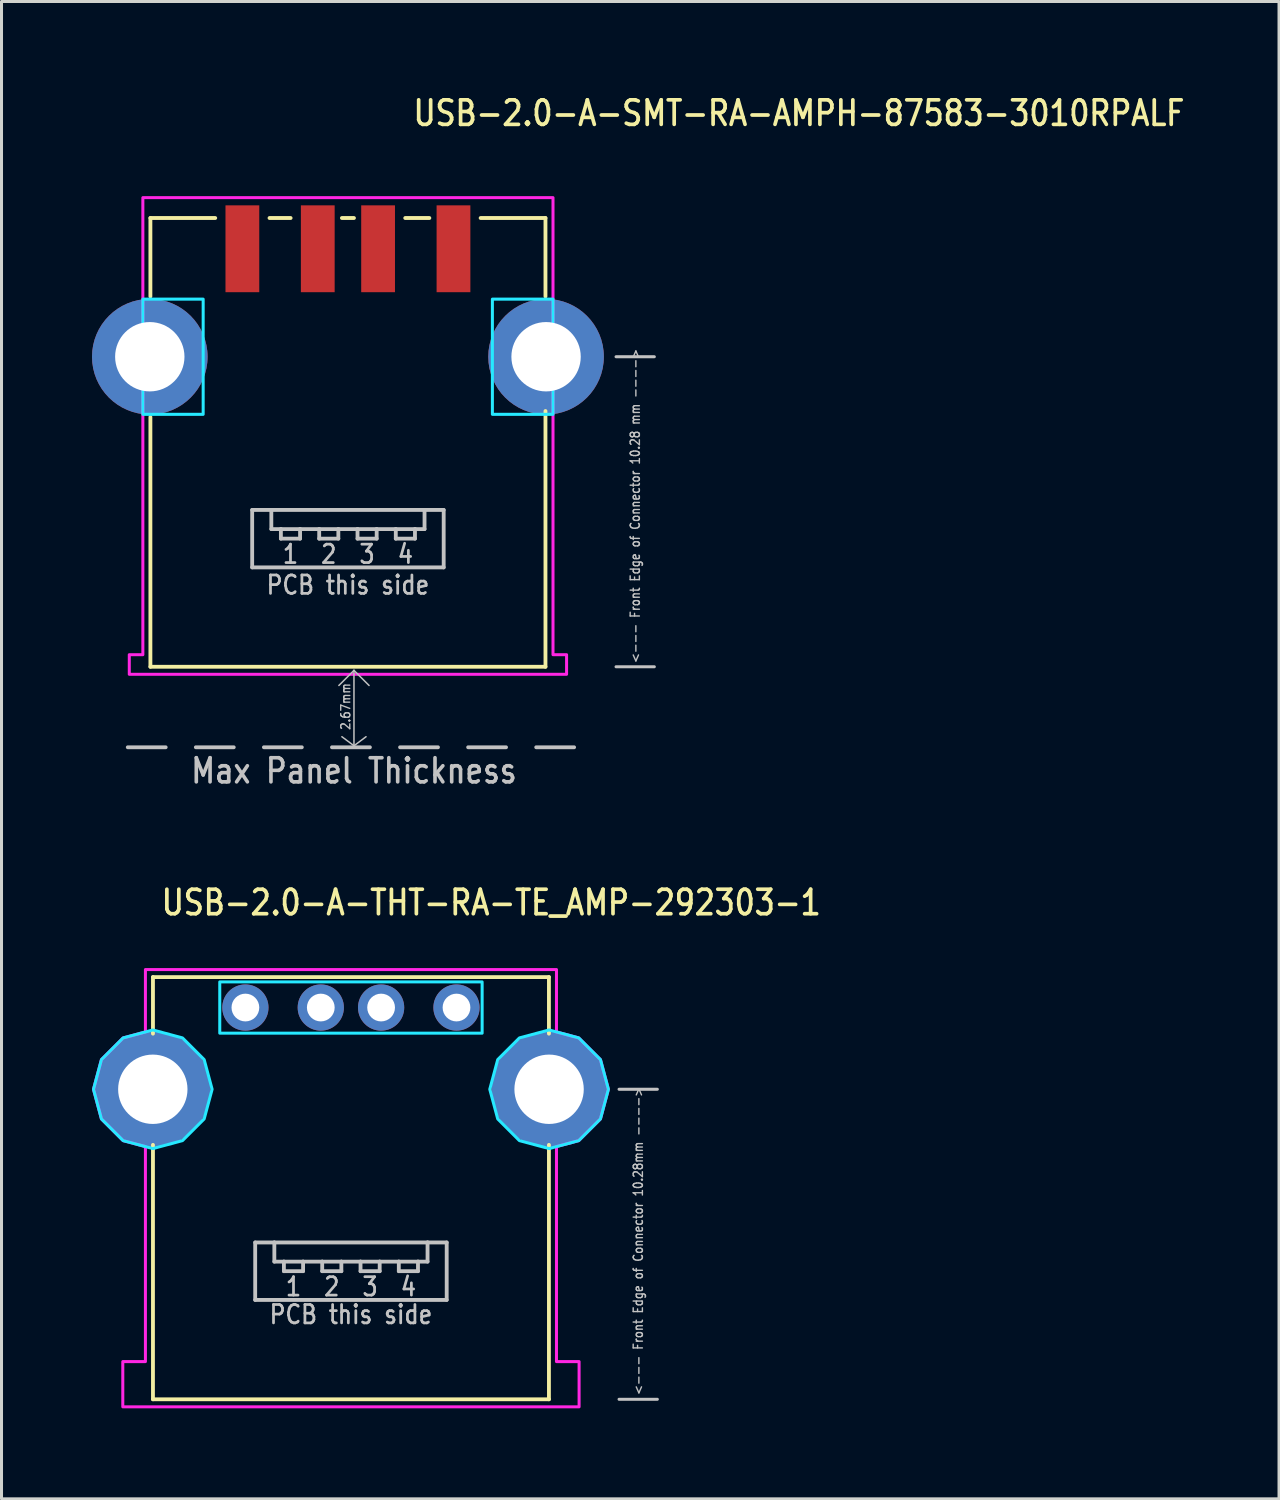
<source format=kicad_pcb>
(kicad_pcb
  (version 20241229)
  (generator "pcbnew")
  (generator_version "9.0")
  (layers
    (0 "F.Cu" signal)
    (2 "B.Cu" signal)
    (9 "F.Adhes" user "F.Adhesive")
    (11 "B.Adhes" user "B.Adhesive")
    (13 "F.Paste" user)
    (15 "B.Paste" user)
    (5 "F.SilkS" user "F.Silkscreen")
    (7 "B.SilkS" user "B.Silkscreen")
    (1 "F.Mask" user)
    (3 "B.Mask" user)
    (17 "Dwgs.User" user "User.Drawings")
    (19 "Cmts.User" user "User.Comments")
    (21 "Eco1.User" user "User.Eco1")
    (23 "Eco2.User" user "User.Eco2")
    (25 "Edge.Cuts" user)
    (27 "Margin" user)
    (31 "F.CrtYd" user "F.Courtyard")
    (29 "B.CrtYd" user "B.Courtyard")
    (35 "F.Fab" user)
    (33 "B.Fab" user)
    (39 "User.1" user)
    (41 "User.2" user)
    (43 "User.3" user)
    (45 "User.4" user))
  (footprint "USB-2.0-A-THT-RA-TE_AMP-292303-1"
    (layer "F.Cu")
    (at 8.587 33.069)
    (property "Reference" "USB-2.0-A-THT-RA-TE_AMP-292303-1" (at -6.35 -5.715 0) (unlocked yes) (layer "F.SilkS") (effects (font (size 0.813 0.695) (thickness 0.122)) (justify left bottom)))
    (fp_line (start -6.565 -3.72) (end 6.565 -3.72) (stroke (width 0.127) (type solid)) (layer "F.SilkS"))
    (fp_line (start -6.565 -1.844) (end -6.565 -3.72) (stroke (width 0.127) (type solid)) (layer "F.SilkS"))
    (fp_line (start -6.565 1.844) (end -6.565 10.28) (stroke (width 0.127) (type solid)) (layer "F.SilkS"))
    (fp_line (start -6.565 10.28) (end 6.565 10.28) (stroke (width 0.127) (type solid)) (layer "F.SilkS"))
    (fp_line (start 6.565 -3.72) (end 6.565 -1.844) (stroke (width 0.127) (type solid)) (layer "F.SilkS"))
    (fp_line (start 6.565 1.844) (end 6.565 10.28) (stroke (width 0.127) (type solid)) (layer "F.SilkS"))
    (fp_line (start -3.175 5.08) (end -2.54 5.08) (stroke (width 0.127) (type solid)) (layer "Dwgs.User"))
    (fp_line (start -3.175 6.985) (end -3.175 5.08) (stroke (width 0.127) (type solid)) (layer "Dwgs.User"))
    (fp_line (start -2.54 5.08) (end -2.54 5.715) (stroke (width 0.127) (type solid)) (layer "Dwgs.User"))
    (fp_line (start -2.54 5.08) (end 2.54 5.08) (stroke (width 0.127) (type solid)) (layer "Dwgs.User"))
    (fp_line (start -2.54 5.715) (end -2.223 5.715) (stroke (width 0.127) (type solid)) (layer "Dwgs.User"))
    (fp_line (start -2.223 5.715) (end -2.223 6.032) (stroke (width 0.127) (type solid)) (layer "Dwgs.User"))
    (fp_line (start -2.223 5.715) (end -1.587 5.715) (stroke (width 0.127) (type solid)) (layer "Dwgs.User"))
    (fp_line (start -2.223 6.032) (end -1.587 6.032) (stroke (width 0.127) (type solid)) (layer "Dwgs.User"))
    (fp_line (start -1.587 5.715) (end -0.953 5.715) (stroke (width 0.127) (type solid)) (layer "Dwgs.User"))
    (fp_line (start -1.587 6.032) (end -1.587 5.715) (stroke (width 0.127) (type solid)) (layer "Dwgs.User"))
    (fp_line (start -0.953 5.715) (end -0.953 6.032) (stroke (width 0.127) (type solid)) (layer "Dwgs.User"))
    (fp_line (start -0.953 5.715) (end -0.318 5.715) (stroke (width 0.127) (type solid)) (layer "Dwgs.User"))
    (fp_line (start -0.953 6.032) (end -0.318 6.032) (stroke (width 0.127) (type solid)) (layer "Dwgs.User"))
    (fp_line (start -0.318 5.715) (end 0.318 5.715) (stroke (width 0.127) (type solid)) (layer "Dwgs.User"))
    (fp_line (start -0.318 6.032) (end -0.318 5.715) (stroke (width 0.127) (type solid)) (layer "Dwgs.User"))
    (fp_line (start 0.318 5.715) (end 0.318 6.032) (stroke (width 0.127) (type solid)) (layer "Dwgs.User"))
    (fp_line (start 0.318 5.715) (end 0.953 5.715) (stroke (width 0.127) (type solid)) (layer "Dwgs.User"))
    (fp_line (start 0.318 6.032) (end 0.953 6.032) (stroke (width 0.127) (type solid)) (layer "Dwgs.User"))
    (fp_line (start 0.953 5.715) (end 1.587 5.715) (stroke (width 0.127) (type solid)) (layer "Dwgs.User"))
    (fp_line (start 0.953 6.032) (end 0.953 5.715) (stroke (width 0.127) (type solid)) (layer "Dwgs.User"))
    (fp_line (start 1.587 5.715) (end 1.587 6.032) (stroke (width 0.127) (type solid)) (layer "Dwgs.User"))
    (fp_line (start 1.587 5.715) (end 2.223 5.715) (stroke (width 0.127) (type solid)) (layer "Dwgs.User"))
    (fp_line (start 1.587 6.032) (end 2.223 6.032) (stroke (width 0.127) (type solid)) (layer "Dwgs.User"))
    (fp_line (start 2.223 5.715) (end 2.54 5.715) (stroke (width 0.127) (type solid)) (layer "Dwgs.User"))
    (fp_line (start 2.223 6.032) (end 2.223 5.715) (stroke (width 0.127) (type solid)) (layer "Dwgs.User"))
    (fp_line (start 2.54 5.08) (end 3.175 5.08) (stroke (width 0.127) (type solid)) (layer "Dwgs.User"))
    (fp_line (start 2.54 5.715) (end 2.54 5.08) (stroke (width 0.127) (type solid)) (layer "Dwgs.User"))
    (fp_line (start 3.175 5.08) (end 3.175 6.985) (stroke (width 0.127) (type solid)) (layer "Dwgs.User"))
    (fp_line (start 3.175 6.985) (end -3.175 6.985) (stroke (width 0.127) (type solid)) (layer "Dwgs.User"))
    (fp_line (start 8.89 0) (end 10.16 0) (stroke (width 0.1) (type solid)) (layer "Dwgs.User"))
    (fp_line (start 8.89 10.28) (end 10.16 10.28) (stroke (width 0.1) (type solid)) (layer "Dwgs.User"))
    (fp_poly (pts (xy -4.35 -1.86) (xy -4.35 -3.56) (xy 4.35 -3.56) (xy 4.35 -1.86)) (stroke (width 0.1) (type solid)) (fill no) (layer "B.CrtYd"))
    (fp_poly (pts (xy -4.603 0) (xy -4.867 -0.984) (xy -5.586 -1.703) (xy -6.57 -1.967) (xy -7.554 -1.703) (xy -8.273 -0.984) (xy -8.537 0) (xy -8.273 0.984) (xy -7.554 1.703) (xy -6.57 1.967) (xy -5.586 1.703) (xy -4.867 0.984)) (stroke (width 0.1) (type solid)) (fill no) (layer "B.CrtYd"))
    (fp_poly (pts (xy 8.537 0) (xy 8.273 -0.984) (xy 7.554 -1.703) (xy 6.57 -1.967) (xy 5.586 -1.703) (xy 4.867 -0.984) (xy 4.603 0) (xy 4.867 0.984) (xy 5.586 1.703) (xy 6.57 1.967) (xy 7.554 1.703) (xy 8.273 0.984)) (stroke (width 0.1) (type solid)) (fill no) (layer "B.CrtYd"))
    (fp_poly (pts (xy -6.815 -1.901) (xy -6.815 -3.97) (xy 6.815 -3.97) (xy 6.815 -1.901) (xy 7.554 -1.703) (xy 8.273 -0.984) (xy 8.537 0) (xy 8.273 0.984) (xy 7.554 1.703) (xy 6.815 1.901) (xy 6.815 9.03) (xy 7.565 9.03) (xy 7.565 10.53) (xy -7.565 10.53) (xy -7.565 9.03) (xy -6.815 9.03) (xy -6.815 1.901) (xy -7.554 1.703) (xy -8.273 0.984) (xy -8.537 0) (xy -8.273 -0.984) (xy -7.554 -1.703)) (stroke (width 0.1) (type solid)) (fill no) (layer "F.CrtYd"))
    (fp_text user "3" (at 0.635 6.191 0) (unlocked yes) (layer "Dwgs.User") (effects (font (size 0.61 0.521) (thickness 0.091)) (justify top)))
    (fp_text user "2" (at -0.635 6.191 0) (unlocked yes) (layer "Dwgs.User") (effects (font (size 0.61 0.521) (thickness 0.091)) (justify top)))
    (fp_text user "<--- Front Edge of Connector 10.28mm ---->" (at 9.525 10.16 90) (unlocked yes) (layer "Dwgs.User") (effects (font (size 0.305 0.261) (thickness 0.046)) (justify left)))
    (fp_text user "4" (at 1.905 6.191 0) (unlocked yes) (layer "Dwgs.User") (effects (font (size 0.61 0.521) (thickness 0.091)) (justify top)))
    (fp_text user "PCB this side" (at 0 7.112 0) (unlocked yes) (layer "Dwgs.User") (effects (font (size 0.61 0.521) (thickness 0.091)) (justify top)))
    (fp_text user "1" (at -1.905 6.191 0) (unlocked yes) (layer "Dwgs.User") (effects (font (size 0.61 0.521) (thickness 0.091)) (justify top)))
    (pad "P$1" thru_hole oval (at -3.5 -2.71) (size 1.533 1.533) (drill 0.92) (layers "*.Cu" "*.Mask"))
    (pad "P$2" thru_hole oval (at -1 -2.71) (size 1.533 1.533) (drill 0.92) (layers "*.Cu" "*.Mask"))
    (pad "P$3" thru_hole oval (at 1 -2.71) (size 1.533 1.533) (drill 0.92) (layers "*.Cu" "*.Mask"))
    (pad "P$4" thru_hole oval (at 3.5 -2.71) (size 1.533 1.533) (drill 0.92) (layers "*.Cu" "*.Mask"))
    (pad "S$1" thru_hole oval (at -6.57 0) (size 3.833 3.833) (drill 2.3) (layers "*.Cu" "*.Mask"))
    (pad "S$2" thru_hole oval (at 6.57 0) (size 3.833 3.833) (drill 2.3) (layers "*.Cu" "*.Mask")))
  (footprint "USB-2.0-A-SMT-RA-AMPH-87583-3010RPALF"
    (layer "F.Cu")
    (at 8.487 8.779)
    (property "Reference" "USB-2.0-A-SMT-RA-AMPH-87583-3010RPALF" (at 2.1 -7.6 0) (unlocked yes) (layer "F.SilkS") (effects (font (size 0.813 0.695) (thickness 0.122)) (justify left bottom)))
    (fp_line (start -6.55 -4.6) (end -4.4 -4.6) (stroke (width 0.127) (type solid)) (layer "F.SilkS"))
    (fp_line (start -6.55 -2) (end -6.55 -4.6) (stroke (width 0.127) (type solid)) (layer "F.SilkS"))
    (fp_line (start -6.55 10.28) (end -6.55 2) (stroke (width 0.127) (type solid)) (layer "F.SilkS"))
    (fp_line (start -6.55 10.28) (end 6.55 10.28) (stroke (width 0.127) (type solid)) (layer "F.SilkS"))
    (fp_line (start -2.6 -4.6) (end -1.9 -4.6) (stroke (width 0.127) (type solid)) (layer "F.SilkS"))
    (fp_line (start -0.2 -4.6) (end 0.2 -4.6) (stroke (width 0.127) (type solid)) (layer "F.SilkS"))
    (fp_line (start 1.9 -4.6) (end 2.7 -4.6) (stroke (width 0.127) (type solid)) (layer "F.SilkS"))
    (fp_line (start 4.4 -4.6) (end 6.55 -4.6) (stroke (width 0.127) (type solid)) (layer "F.SilkS"))
    (fp_line (start 6.55 -2) (end 6.55 -4.6) (stroke (width 0.127) (type solid)) (layer "F.SilkS"))
    (fp_line (start 6.55 10.28) (end 6.55 1.8) (stroke (width 0.127) (type solid)) (layer "F.SilkS"))
    (fp_line (start -7.3 12.95) (end -6.043 12.95) (stroke (width 0.127) (type solid)) (layer "Dwgs.User"))
    (fp_line (start -5.043 12.95) (end -3.786 12.95) (stroke (width 0.127) (type solid)) (layer "Dwgs.User"))
    (fp_line (start -3.175 5.08) (end -2.54 5.08) (stroke (width 0.127) (type solid)) (layer "Dwgs.User"))
    (fp_line (start -3.175 6.985) (end -3.175 5.08) (stroke (width 0.127) (type solid)) (layer "Dwgs.User"))
    (fp_line (start -2.786 12.95) (end -1.529 12.95) (stroke (width 0.127) (type solid)) (layer "Dwgs.User"))
    (fp_line (start -2.54 5.08) (end -2.54 5.715) (stroke (width 0.127) (type solid)) (layer "Dwgs.User"))
    (fp_line (start -2.54 5.08) (end 2.54 5.08) (stroke (width 0.127) (type solid)) (layer "Dwgs.User"))
    (fp_line (start -2.54 5.715) (end -2.223 5.715) (stroke (width 0.127) (type solid)) (layer "Dwgs.User"))
    (fp_line (start -2.223 5.715) (end -2.223 6.032) (stroke (width 0.127) (type solid)) (layer "Dwgs.User"))
    (fp_line (start -2.223 5.715) (end -1.587 5.715) (stroke (width 0.127) (type solid)) (layer "Dwgs.User"))
    (fp_line (start -2.223 6.032) (end -1.587 6.032) (stroke (width 0.127) (type solid)) (layer "Dwgs.User"))
    (fp_line (start -1.587 5.715) (end -0.953 5.715) (stroke (width 0.127) (type solid)) (layer "Dwgs.User"))
    (fp_line (start -1.587 6.032) (end -1.587 5.715) (stroke (width 0.127) (type solid)) (layer "Dwgs.User"))
    (fp_line (start -0.953 5.715) (end -0.953 6.032) (stroke (width 0.127) (type solid)) (layer "Dwgs.User"))
    (fp_line (start -0.953 5.715) (end -0.318 5.715) (stroke (width 0.127) (type solid)) (layer "Dwgs.User"))
    (fp_line (start -0.953 6.032) (end -0.318 6.032) (stroke (width 0.127) (type solid)) (layer "Dwgs.User"))
    (fp_line (start -0.529 12.95) (end 0.729 12.95) (stroke (width 0.127) (type solid)) (layer "Dwgs.User"))
    (fp_line (start -0.318 5.715) (end 0.318 5.715) (stroke (width 0.127) (type solid)) (layer "Dwgs.User"))
    (fp_line (start -0.318 6.032) (end -0.318 5.715) (stroke (width 0.127) (type solid)) (layer "Dwgs.User"))
    (fp_line (start 0.2 10.4) (end -0.3 10.9) (stroke (width 0.05) (type solid)) (layer "Dwgs.User"))
    (fp_line (start 0.2 10.4) (end 0.2 12.9) (stroke (width 0.05) (type solid)) (layer "Dwgs.User"))
    (fp_line (start 0.2 10.4) (end 0.7 10.9) (stroke (width 0.05) (type solid)) (layer "Dwgs.User"))
    (fp_line (start 0.2 12.9) (end -0.2 12.6) (stroke (width 0.05) (type solid)) (layer "Dwgs.User"))
    (fp_line (start 0.2 12.9) (end 0.6 12.6) (stroke (width 0.05) (type solid)) (layer "Dwgs.User"))
    (fp_line (start 0.318 5.715) (end 0.318 6.032) (stroke (width 0.127) (type solid)) (layer "Dwgs.User"))
    (fp_line (start 0.318 5.715) (end 0.953 5.715) (stroke (width 0.127) (type solid)) (layer "Dwgs.User"))
    (fp_line (start 0.318 6.032) (end 0.953 6.032) (stroke (width 0.127) (type solid)) (layer "Dwgs.User"))
    (fp_line (start 0.953 5.715) (end 1.587 5.715) (stroke (width 0.127) (type solid)) (layer "Dwgs.User"))
    (fp_line (start 0.953 6.032) (end 0.953 5.715) (stroke (width 0.127) (type solid)) (layer "Dwgs.User"))
    (fp_line (start 1.587 5.715) (end 1.587 6.032) (stroke (width 0.127) (type solid)) (layer "Dwgs.User"))
    (fp_line (start 1.587 5.715) (end 2.223 5.715) (stroke (width 0.127) (type solid)) (layer "Dwgs.User"))
    (fp_line (start 1.587 6.032) (end 2.223 6.032) (stroke (width 0.127) (type solid)) (layer "Dwgs.User"))
    (fp_line (start 1.729 12.95) (end 2.986 12.95) (stroke (width 0.127) (type solid)) (layer "Dwgs.User"))
    (fp_line (start 2.223 5.715) (end 2.54 5.715) (stroke (width 0.127) (type solid)) (layer "Dwgs.User"))
    (fp_line (start 2.223 6.032) (end 2.223 5.715) (stroke (width 0.127) (type solid)) (layer "Dwgs.User"))
    (fp_line (start 2.54 5.08) (end 3.175 5.08) (stroke (width 0.127) (type solid)) (layer "Dwgs.User"))
    (fp_line (start 2.54 5.715) (end 2.54 5.08) (stroke (width 0.127) (type solid)) (layer "Dwgs.User"))
    (fp_line (start 3.175 5.08) (end 3.175 6.985) (stroke (width 0.127) (type solid)) (layer "Dwgs.User"))
    (fp_line (start 3.175 6.985) (end -3.175 6.985) (stroke (width 0.127) (type solid)) (layer "Dwgs.User"))
    (fp_line (start 3.986 12.95) (end 5.243 12.95) (stroke (width 0.127) (type solid)) (layer "Dwgs.User"))
    (fp_line (start 6.243 12.95) (end 7.5 12.95) (stroke (width 0.127) (type solid)) (layer "Dwgs.User"))
    (fp_line (start 8.89 0) (end 10.16 0) (stroke (width 0.1) (type solid)) (layer "Dwgs.User"))
    (fp_line (start 8.89 10.28) (end 10.16 10.28) (stroke (width 0.1) (type solid)) (layer "Dwgs.User"))
    (fp_poly (pts (xy -6.8 -1.91) (xy -4.8 -1.91) (xy -4.8 1.91) (xy -6.8 1.91)) (stroke (width 0.1) (type solid)) (fill no) (layer "B.CrtYd"))
    (fp_poly (pts (xy 4.79 -1.91) (xy 6.8 -1.91) (xy 6.8 1.91) (xy 4.79 1.91)) (stroke (width 0.1) (type solid)) (fill no) (layer "B.CrtYd"))
    (fp_poly (pts (xy 7.25 10.53) (xy -7.25 10.53) (xy -7.25 9.88) (xy -6.8 9.88) (xy -6.8 1.91) (xy -6.8 -1.91) (xy -6.8 -5.275) (xy 6.8 -5.275) (xy 6.8 -1.91) (xy 6.8 1.91) (xy 6.8 9.88) (xy 7.25 9.88)) (stroke (width 0.1) (type solid)) (fill no) (layer "F.CrtYd"))
    (fp_text user "2" (at -0.635 6.191 0) (unlocked yes) (layer "Dwgs.User") (effects (font (size 0.61 0.521) (thickness 0.091)) (justify top)))
    (fp_text user "PCB this side" (at 0 7.212 0) (unlocked yes) (layer "Dwgs.User") (effects (font (size 0.61 0.521) (thickness 0.091)) (justify top)))
    (fp_text user "2.67mm" (at 0.1 12.4 90) (unlocked yes) (layer "Dwgs.User") (effects (font (size 0.3 0.257) (thickness 0.045)) (justify left bottom)))
    (fp_text user "Max Panel Thickness" (at 0.2 14.2 0) (unlocked yes) (layer "Dwgs.User") (effects (font (size 0.8 0.684) (thickness 0.12)) (justify bottom)))
    (fp_text user "1" (at -1.905 6.191 0) (unlocked yes) (layer "Dwgs.User") (effects (font (size 0.61 0.521) (thickness 0.091)) (justify top)))
    (fp_text user "4" (at 1.905 6.191 0) (unlocked yes) (layer "Dwgs.User") (effects (font (size 0.61 0.521) (thickness 0.091)) (justify top)))
    (fp_text user "<--- Front Edge of Connector 10.28 mm ---->" (at 9.525 10.18 90) (unlocked yes) (layer "Dwgs.User") (effects (font (size 0.305 0.261) (thickness 0.046)) (justify left)))
    (fp_text user "3" (at 0.635 6.191 0) (unlocked yes) (layer "Dwgs.User") (effects (font (size 0.61 0.521) (thickness 0.091)) (justify top)))
    (pad "P$1" smd rect (at -3.5 -3.58) (size 1.12 2.88) (layers "F.Cu" "F.Mask" "F.Paste"))
    (pad "P$2" smd rect (at -1 -3.58) (size 1.12 2.88) (layers "F.Cu" "F.Mask" "F.Paste"))
    (pad "P$3" smd rect (at 1 -3.58) (size 1.12 2.88) (layers "F.Cu" "F.Mask" "F.Paste"))
    (pad "P$4" smd rect (at 3.5 -3.58) (size 1.12 2.88) (layers "F.Cu" "F.Mask" "F.Paste"))
    (pad "S$1" thru_hole oval (at -6.57 0) (size 3.833 3.833) (drill 2.3) (layers "*.Cu" "*.Mask"))
    (pad "S$2" thru_hole oval (at 6.57 0) (size 3.833 3.833) (drill 2.3) (layers "*.Cu" "*.Mask")))
  (gr_rect
    (start -3 -3)
    (end 39.361 46.649)
    (stroke (width 0.1) (type default))
    (fill no)
    (layer "Edge.Cuts")))
</source>
